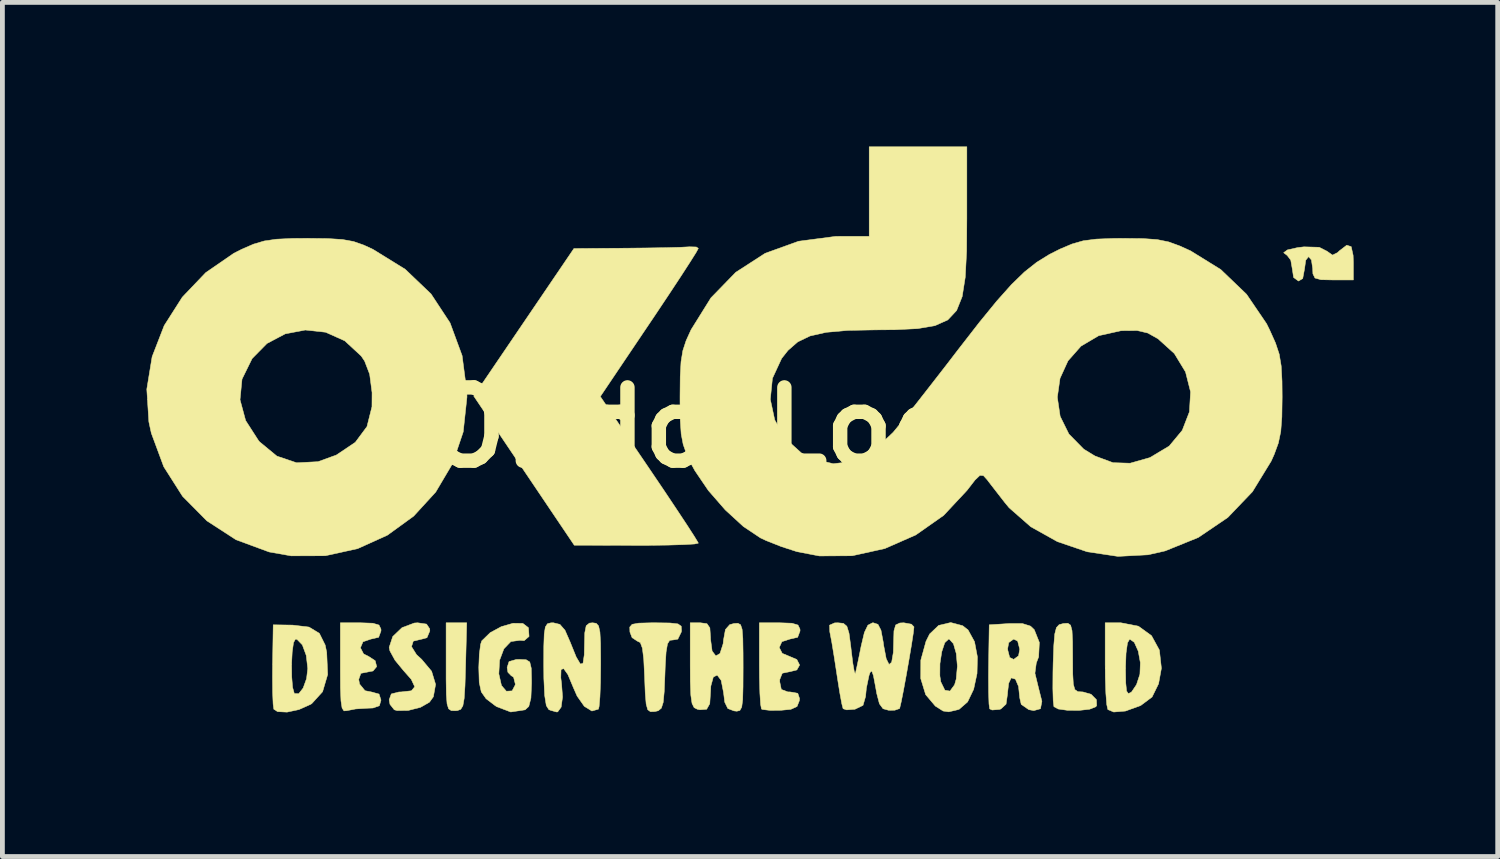
<source format=kicad_pcb>
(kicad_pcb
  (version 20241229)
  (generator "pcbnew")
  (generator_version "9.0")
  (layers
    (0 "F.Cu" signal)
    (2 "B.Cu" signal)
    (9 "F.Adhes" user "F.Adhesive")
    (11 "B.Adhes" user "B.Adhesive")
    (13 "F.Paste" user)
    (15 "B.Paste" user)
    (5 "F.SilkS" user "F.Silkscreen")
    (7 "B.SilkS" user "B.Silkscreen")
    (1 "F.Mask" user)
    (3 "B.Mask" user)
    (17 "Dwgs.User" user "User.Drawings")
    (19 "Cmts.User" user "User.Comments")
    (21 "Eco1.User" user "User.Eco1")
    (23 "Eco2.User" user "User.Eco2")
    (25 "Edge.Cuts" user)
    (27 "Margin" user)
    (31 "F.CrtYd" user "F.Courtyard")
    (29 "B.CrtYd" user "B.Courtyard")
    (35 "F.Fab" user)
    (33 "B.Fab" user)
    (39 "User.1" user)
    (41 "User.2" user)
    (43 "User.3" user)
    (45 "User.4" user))
  (footprint "OKdo_Logo"
    (layer "F.Cu")
    (at 12.076 5.847)
    (property "Reference" "OKdo_Logo" (at 0 0 0) (layer "F.SilkS") (effects (font (size 1.524 1.524) (thickness 0.3))))
    (attr through_hole)
    (fp_poly (pts (xy -5.437 4.974) (xy -5.449 5.376) (xy -5.466 5.638) (xy -5.493 5.791) (xy -5.538 5.865) (xy -5.608 5.891) (xy -5.652 5.894) (xy -5.735 5.891) (xy -5.79 5.854) (xy -5.822 5.752) (xy -5.837 5.557) (xy -5.842 5.239) (xy -5.842 4.984) (xy -5.842 4.064) (xy -5.413 4.064) (xy -5.437 4.974)) (stroke (width 0.01) (type solid)) (fill yes) (layer "F.SilkS"))
    (fp_poly (pts (xy 7.154 4.113) (xy 7.184 4.228) (xy 7.195 4.45) (xy 7.197 4.778) (xy 7.199 5.128) (xy 7.211 5.342) (xy 7.243 5.454) (xy 7.305 5.497) (xy 7.407 5.503) (xy 7.411 5.503) (xy 7.581 5.552) (xy 7.692 5.664) (xy 7.697 5.787) (xy 7.677 5.813) (xy 7.549 5.863) (xy 7.333 5.887) (xy 7.094 5.886) (xy 6.897 5.858) (xy 6.807 5.809) (xy 6.792 5.681) (xy 6.785 5.429) (xy 6.787 5.094) (xy 6.791 4.904) (xy 6.805 4.532) (xy 6.825 4.296) (xy 6.859 4.164) (xy 6.916 4.103) (xy 7.005 4.079) (xy 7.006 4.079) (xy 7.098 4.074) (xy 7.154 4.113)) (stroke (width 0.01) (type solid)) (fill yes) (layer "F.SilkS"))
    (fp_poly (pts (xy 12.994 -3.764) (xy 13.034 -3.582) (xy 13.039 -3.44) (xy 13.039 -3.071) (xy 12.615 -3.071) (xy 12.365 -3.076) (xy 12.24 -3.111) (xy 12.197 -3.198) (xy 12.192 -3.313) (xy 12.166 -3.487) (xy 12.107 -3.556) (xy 12.048 -3.482) (xy 12.023 -3.305) (xy 12.023 -3.302) (xy 11.985 -3.1) (xy 11.896 -3.048) (xy 11.795 -3.123) (xy 11.769 -3.295) (xy 11.736 -3.484) (xy 11.663 -3.58) (xy 11.588 -3.638) (xy 11.666 -3.696) (xy 11.878 -3.744) (xy 12.011 -3.76) (xy 12.328 -3.751) (xy 12.49 -3.669) (xy 12.604 -3.588) (xy 12.71 -3.64) (xy 12.748 -3.677) (xy 12.901 -3.794) (xy 12.994 -3.764)) (stroke (width 0.01) (type solid)) (fill yes) (layer "F.SilkS"))
    (fp_poly (pts (xy -0.635 -3.757) (xy -0.593 -3.728) (xy -0.638 -3.645) (xy -0.765 -3.443) (xy -0.959 -3.143) (xy -1.207 -2.767) (xy -1.495 -2.335) (xy -1.613 -2.16) (xy -2.633 -0.645) (xy -1.613 0.857) (xy -1.312 1.302) (xy -1.047 1.699) (xy -0.83 2.027) (xy -0.676 2.266) (xy -0.599 2.393) (xy -0.593 2.407) (xy -0.672 2.424) (xy -0.893 2.437) (xy -1.224 2.447) (xy -1.638 2.452) (xy -1.884 2.452) (xy -3.175 2.449) (xy -4.221 0.897) (xy -5.267 -0.655) (xy -3.182 -3.725) (xy -2.078 -3.732) (xy -1.646 -3.737) (xy -1.262 -3.743) (xy -0.965 -3.751) (xy -0.793 -3.76) (xy -0.783 -3.761) (xy -0.635 -3.757)) (stroke (width 0.01) (type solid)) (fill yes) (layer "F.SilkS"))
    (fp_poly (pts (xy -6.249 4.091) (xy -6.183 4.19) (xy -6.181 4.233) (xy -6.241 4.375) (xy -6.345 4.403) (xy -6.525 4.445) (xy -6.562 4.56) (xy -6.457 4.728) (xy -6.349 4.827) (xy -6.144 5.072) (xy -6.061 5.346) (xy -6.107 5.603) (xy -6.189 5.717) (xy -6.375 5.823) (xy -6.63 5.888) (xy -6.862 5.891) (xy -6.921 5.874) (xy -7.01 5.761) (xy -7.027 5.666) (xy -6.983 5.545) (xy -6.824 5.504) (xy -6.778 5.503) (xy -6.564 5.479) (xy -6.495 5.395) (xy -6.567 5.241) (xy -6.733 5.053) (xy -6.906 4.842) (xy -7.012 4.648) (xy -7.027 4.576) (xy -6.952 4.349) (xy -6.759 4.165) (xy -6.504 4.069) (xy -6.435 4.064) (xy -6.249 4.091)) (stroke (width 0.01) (type solid)) (fill yes) (layer "F.SilkS"))
    (fp_poly (pts (xy -1.183 4.068) (xy -1.017 4.087) (xy -0.949 4.135) (xy -0.943 4.225) (xy -0.947 4.255) (xy -1.02 4.404) (xy -1.118 4.421) (xy -1.189 4.429) (xy -1.235 4.503) (xy -1.264 4.672) (xy -1.282 4.968) (xy -1.288 5.141) (xy -1.303 5.498) (xy -1.324 5.72) (xy -1.363 5.841) (xy -1.427 5.894) (xy -1.499 5.911) (xy -1.589 5.914) (xy -1.646 5.873) (xy -1.679 5.754) (xy -1.698 5.527) (xy -1.711 5.191) (xy -1.729 4.821) (xy -1.757 4.593) (xy -1.8 4.476) (xy -1.863 4.445) (xy -1.972 4.373) (xy -2.017 4.255) (xy -2.02 4.153) (xy -1.971 4.096) (xy -1.832 4.071) (xy -1.569 4.064) (xy -1.482 4.064) (xy -1.183 4.068)) (stroke (width 0.01) (type solid)) (fill yes) (layer "F.SilkS"))
    (fp_poly (pts (xy -7.366 4.073) (xy -7.239 4.111) (xy -7.198 4.194) (xy -7.197 4.233) (xy -7.246 4.366) (xy -7.408 4.403) (xy -7.572 4.459) (xy -7.625 4.584) (xy -7.559 4.712) (xy -7.451 4.766) (xy -7.318 4.853) (xy -7.287 4.976) (xy -7.363 5.067) (xy -7.437 5.08) (xy -7.616 5.116) (xy -7.661 5.243) (xy -7.643 5.339) (xy -7.53 5.477) (xy -7.398 5.503) (xy -7.238 5.547) (xy -7.197 5.673) (xy -7.231 5.79) (xy -7.363 5.837) (xy -7.486 5.842) (xy -7.726 5.857) (xy -7.905 5.892) (xy -7.909 5.893) (xy -7.968 5.897) (xy -8.007 5.838) (xy -8.03 5.688) (xy -8.041 5.423) (xy -8.043 5.015) (xy -8.043 4.064) (xy -7.62 4.064) (xy -7.366 4.073)) (stroke (width 0.01) (type solid)) (fill yes) (layer "F.SilkS"))
    (fp_poly (pts (xy 8.566 4.135) (xy 8.838 4.332) (xy 9.002 4.632) (xy 9.044 5.01) (xy 8.985 5.333) (xy 8.85 5.608) (xy 8.615 5.784) (xy 8.601 5.79) (xy 8.295 5.901) (xy 8.052 5.921) (xy 7.93 5.87) (xy 7.907 5.767) (xy 7.888 5.532) (xy 7.877 5.206) (xy 7.875 5.006) (xy 8.297 5.006) (xy 8.302 5.316) (xy 8.319 5.484) (xy 8.357 5.538) (xy 8.421 5.506) (xy 8.422 5.505) (xy 8.526 5.351) (xy 8.597 5.134) (xy 8.606 4.894) (xy 8.562 4.654) (xy 8.48 4.471) (xy 8.384 4.403) (xy 8.338 4.482) (xy 8.308 4.698) (xy 8.297 5.006) (xy 7.875 5.006) (xy 7.874 4.939) (xy 7.874 4.064) (xy 8.201 4.064) (xy 8.566 4.135)) (stroke (width 0.01) (type solid)) (fill yes) (layer "F.SilkS"))
    (fp_poly (pts (xy 1.355 4.073) (xy 1.481 4.111) (xy 1.522 4.194) (xy 1.524 4.233) (xy 1.474 4.366) (xy 1.312 4.403) (xy 1.146 4.457) (xy 1.091 4.578) (xy 1.153 4.7) (xy 1.29 4.757) (xy 1.457 4.828) (xy 1.515 4.943) (xy 1.457 5.045) (xy 1.319 5.08) (xy 1.154 5.113) (xy 1.102 5.243) (xy 1.101 5.292) (xy 1.134 5.451) (xy 1.269 5.502) (xy 1.318 5.503) (xy 1.477 5.531) (xy 1.514 5.642) (xy 1.509 5.686) (xy 1.461 5.806) (xy 1.332 5.865) (xy 1.124 5.885) (xy 0.893 5.886) (xy 0.743 5.868) (xy 0.721 5.858) (xy 0.703 5.76) (xy 0.688 5.53) (xy 0.679 5.207) (xy 0.677 4.939) (xy 0.677 4.064) (xy 1.101 4.064) (xy 1.355 4.073)) (stroke (width 0.01) (type solid)) (fill yes) (layer "F.SilkS"))
    (fp_poly (pts (xy -9.036 4.112) (xy -8.695 4.153) (xy -8.48 4.283) (xy -8.359 4.526) (xy -8.327 4.679) (xy -8.307 5.14) (xy -8.413 5.499) (xy -8.639 5.747) (xy -8.662 5.761) (xy -8.903 5.869) (xy -9.152 5.923) (xy -9.349 5.913) (xy -9.427 5.863) (xy -9.442 5.756) (xy -9.452 5.52) (xy -9.455 5.193) (xy -9.453 4.953) (xy -9.453 4.924) (xy -9.058 4.924) (xy -9.055 5.188) (xy -9.037 5.408) (xy -9.002 5.532) (xy -8.998 5.536) (xy -8.909 5.54) (xy -8.817 5.422) (xy -8.746 5.226) (xy -8.721 5.016) (xy -8.753 4.742) (xy -8.834 4.523) (xy -8.945 4.409) (xy -8.978 4.403) (xy -9.018 4.478) (xy -9.045 4.67) (xy -9.058 4.924) (xy -9.453 4.924) (xy -9.44 4.106) (xy -9.036 4.112)) (stroke (width 0.01) (type solid)) (fill yes) (layer "F.SilkS"))
    (fp_poly (pts (xy 4.909 4.125) (xy 5.021 4.214) (xy 5.155 4.458) (xy 5.215 4.775) (xy 5.207 5.12) (xy 5.137 5.447) (xy 5.011 5.71) (xy 4.836 5.863) (xy 4.801 5.874) (xy 4.618 5.917) (xy 4.501 5.9) (xy 4.355 5.807) (xy 4.339 5.797) (xy 4.138 5.559) (xy 4.036 5.226) (xy 4.036 5.166) (xy 4.433 5.166) (xy 4.453 5.293) (xy 4.538 5.467) (xy 4.644 5.485) (xy 4.74 5.354) (xy 4.774 5.234) (xy 4.798 4.966) (xy 4.775 4.704) (xy 4.716 4.499) (xy 4.629 4.404) (xy 4.616 4.403) (xy 4.536 4.478) (xy 4.473 4.667) (xy 4.435 4.915) (xy 4.433 5.166) (xy 4.036 5.166) (xy 4.037 4.842) (xy 4.145 4.45) (xy 4.221 4.297) (xy 4.409 4.118) (xy 4.66 4.059) (xy 4.909 4.125)) (stroke (width 0.01) (type solid)) (fill yes) (layer "F.SilkS"))
    (fp_poly (pts (xy -4.245 4.077) (xy -4.13 4.165) (xy -4.128 4.17) (xy -4.116 4.348) (xy -4.218 4.435) (xy -4.309 4.429) (xy -4.495 4.454) (xy -4.64 4.606) (xy -4.729 4.843) (xy -4.745 5.126) (xy -4.69 5.369) (xy -4.588 5.488) (xy -4.469 5.481) (xy -4.404 5.358) (xy -4.403 5.334) (xy -4.438 5.196) (xy -4.487 5.165) (xy -4.556 5.094) (xy -4.572 4.995) (xy -4.532 4.871) (xy -4.384 4.828) (xy -4.318 4.826) (xy -4.176 4.833) (xy -4.101 4.88) (xy -4.07 5.009) (xy -4.064 5.258) (xy -4.064 5.325) (xy -4.077 5.631) (xy -4.121 5.804) (xy -4.198 5.875) (xy -4.497 5.92) (xy -4.79 5.809) (xy -4.828 5.783) (xy -5.01 5.644) (xy -5.11 5.502) (xy -5.153 5.303) (xy -5.162 4.995) (xy -5.151 4.72) (xy -5.124 4.512) (xy -5.1 4.44) (xy -4.924 4.269) (xy -4.691 4.143) (xy -4.449 4.074) (xy -4.245 4.077)) (stroke (width 0.01) (type solid)) (fill yes) (layer "F.SilkS"))
    (fp_poly (pts (xy -0.414 4.082) (xy -0.353 4.17) (xy -0.339 4.373) (xy -0.339 4.403) (xy -0.306 4.652) (xy -0.229 4.753) (xy -0.142 4.703) (xy -0.077 4.501) (xy -0.069 4.424) (xy -0.029 4.204) (xy 0.06 4.103) (xy 0.148 4.079) (xy 0.231 4.074) (xy 0.286 4.104) (xy 0.318 4.199) (xy 0.333 4.387) (xy 0.338 4.696) (xy 0.339 4.989) (xy 0.337 5.397) (xy 0.33 5.664) (xy 0.31 5.818) (xy 0.271 5.889) (xy 0.208 5.904) (xy 0.148 5.897) (xy 0.021 5.848) (xy -0.043 5.717) (xy -0.068 5.517) (xy -0.118 5.262) (xy -0.2 5.153) (xy -0.281 5.192) (xy -0.333 5.381) (xy -0.339 5.498) (xy -0.355 5.748) (xy -0.42 5.863) (xy -0.559 5.874) (xy -0.614 5.863) (xy -0.681 5.829) (xy -0.724 5.742) (xy -0.749 5.571) (xy -0.76 5.287) (xy -0.762 4.947) (xy -0.762 4.064) (xy -0.55 4.064) (xy -0.414 4.082)) (stroke (width 0.01) (type solid)) (fill yes) (layer "F.SilkS"))
    (fp_poly (pts (xy 6.32 4.133) (xy 6.398 4.207) (xy 6.504 4.473) (xy 6.489 4.774) (xy 6.44 4.902) (xy 6.412 5.114) (xy 6.486 5.417) (xy 6.557 5.699) (xy 6.527 5.853) (xy 6.389 5.891) (xy 6.285 5.872) (xy 6.127 5.762) (xy 6.096 5.627) (xy 6.071 5.39) (xy 6.006 5.237) (xy 5.921 5.211) (xy 5.918 5.212) (xy 5.866 5.321) (xy 5.842 5.523) (xy 5.842 5.541) (xy 5.811 5.757) (xy 5.703 5.857) (xy 5.673 5.867) (xy 5.521 5.879) (xy 5.47 5.855) (xy 5.456 5.752) (xy 5.448 5.518) (xy 5.446 5.194) (xy 5.448 4.953) (xy 5.453 4.614) (xy 5.842 4.614) (xy 5.886 4.785) (xy 5.969 4.826) (xy 6.071 4.752) (xy 6.096 4.614) (xy 6.052 4.444) (xy 5.969 4.403) (xy 5.867 4.476) (xy 5.842 4.614) (xy 5.453 4.614) (xy 5.461 4.106) (xy 5.871 4.08) (xy 6.152 4.08) (xy 6.32 4.133)) (stroke (width 0.01) (type solid)) (fill yes) (layer "F.SilkS"))
    (fp_poly (pts (xy -2.718 4.075) (xy -2.669 4.129) (xy -2.641 4.256) (xy -2.628 4.486) (xy -2.625 4.849) (xy -2.625 4.939) (xy -2.629 5.307) (xy -2.641 5.608) (xy -2.658 5.805) (xy -2.672 5.861) (xy -2.808 5.9) (xy -2.966 5.802) (xy -3.116 5.589) (xy -3.195 5.409) (xy -3.307 5.142) (xy -3.396 5.017) (xy -3.45 5.037) (xy -3.455 5.207) (xy -3.44 5.327) (xy -3.419 5.608) (xy -3.448 5.819) (xy -3.52 5.918) (xy -3.544 5.92) (xy -3.665 5.886) (xy -3.704 5.871) (xy -3.757 5.787) (xy -3.791 5.575) (xy -3.808 5.219) (xy -3.81 4.946) (xy -3.809 4.552) (xy -3.8 4.298) (xy -3.777 4.152) (xy -3.733 4.084) (xy -3.661 4.065) (xy -3.61 4.064) (xy -3.474 4.097) (xy -3.368 4.219) (xy -3.26 4.466) (xy -3.135 4.775) (xy -3.048 4.922) (xy -2.993 4.907) (xy -2.967 4.733) (xy -2.963 4.547) (xy -2.956 4.272) (xy -2.927 4.126) (xy -2.86 4.071) (xy -2.794 4.064) (xy -2.718 4.075)) (stroke (width 0.01) (type solid)) (fill yes) (layer "F.SilkS"))
    (fp_poly (pts (xy -8.301 -3.932) (xy -8.001 -3.913) (xy -7.769 -3.871) (xy -7.557 -3.797) (xy -7.363 -3.707) (xy -6.693 -3.293) (xy -6.156 -2.78) (xy -5.76 -2.178) (xy -5.509 -1.496) (xy -5.41 -0.742) (xy -5.408 -0.633) (xy -5.486 0.091) (xy -5.71 0.755) (xy -6.059 1.344) (xy -6.517 1.844) (xy -7.064 2.241) (xy -7.684 2.521) (xy -8.357 2.669) (xy -9.065 2.671) (xy -9.525 2.59) (xy -10.214 2.336) (xy -10.82 1.943) (xy -11.327 1.431) (xy -11.718 0.816) (xy -11.977 0.117) (xy -12.028 -0.118) (xy -12.057 -0.578) (xy -10.131 -0.578) (xy -10.014 -0.145) (xy -9.745 0.273) (xy -9.724 0.298) (xy -9.364 0.595) (xy -8.953 0.734) (xy -8.507 0.711) (xy -8.125 0.572) (xy -7.732 0.308) (xy -7.489 -0.019) (xy -7.385 -0.432) (xy -7.383 -0.726) (xy -7.433 -1.109) (xy -7.538 -1.383) (xy -7.609 -1.488) (xy -7.951 -1.804) (xy -8.35 -1.983) (xy -8.774 -2.029) (xy -9.191 -1.949) (xy -9.57 -1.749) (xy -9.879 -1.435) (xy -10.086 -1.014) (xy -10.09 -1.002) (xy -10.131 -0.578) (xy -12.057 -0.578) (xy -12.071 -0.797) (xy -11.96 -1.474) (xy -11.709 -2.121) (xy -11.332 -2.713) (xy -10.845 -3.223) (xy -10.26 -3.626) (xy -10.094 -3.71) (xy -9.85 -3.816) (xy -9.627 -3.882) (xy -9.375 -3.919) (xy -9.043 -3.935) (xy -8.721 -3.937) (xy -8.301 -3.932)) (stroke (width 0.01) (type solid)) (fill yes) (layer "F.SilkS"))
    (fp_poly (pts (xy 3.842 4.093) (xy 3.895 4.149) (xy 3.881 4.276) (xy 3.844 4.517) (xy 3.792 4.826) (xy 3.734 5.157) (xy 3.677 5.467) (xy 3.629 5.709) (xy 3.598 5.84) (xy 3.594 5.849) (xy 3.496 5.883) (xy 3.369 5.885) (xy 3.251 5.852) (xy 3.176 5.75) (xy 3.12 5.536) (xy 3.098 5.412) (xy 3.051 5.163) (xy 3.016 5.065) (xy 2.981 5.098) (xy 2.958 5.165) (xy 2.904 5.425) (xy 2.887 5.599) (xy 2.834 5.782) (xy 2.667 5.863) (xy 2.665 5.863) (xy 2.494 5.876) (xy 2.42 5.852) (xy 2.393 5.749) (xy 2.351 5.522) (xy 2.302 5.215) (xy 2.288 5.122) (xy 2.235 4.777) (xy 2.186 4.477) (xy 2.148 4.277) (xy 2.143 4.255) (xy 2.138 4.113) (xy 2.244 4.066) (xy 2.312 4.064) (xy 2.427 4.076) (xy 2.498 4.136) (xy 2.543 4.281) (xy 2.579 4.549) (xy 2.589 4.636) (xy 2.622 4.906) (xy 2.653 5.081) (xy 2.674 5.125) (xy 2.675 5.122) (xy 2.703 4.998) (xy 2.752 4.765) (xy 2.795 4.551) (xy 2.863 4.265) (xy 2.936 4.114) (xy 3.03 4.065) (xy 3.048 4.064) (xy 3.145 4.096) (xy 3.208 4.218) (xy 3.255 4.466) (xy 3.263 4.529) (xy 3.317 4.812) (xy 3.376 4.931) (xy 3.43 4.886) (xy 3.465 4.682) (xy 3.471 4.482) (xy 3.478 4.233) (xy 3.514 4.109) (xy 3.601 4.068) (xy 3.683 4.064) (xy 3.842 4.093)) (stroke (width 0.01) (type solid)) (fill yes) (layer "F.SilkS"))
    (fp_poly (pts (xy 4.995 -4.352) (xy 4.99 -3.665) (xy 4.962 -3.129) (xy 4.898 -2.725) (xy 4.782 -2.435) (xy 4.598 -2.239) (xy 4.332 -2.12) (xy 3.969 -2.058) (xy 3.493 -2.035) (xy 3.1 -2.032) (xy 2.515 -2.021) (xy 2.068 -1.981) (xy 1.731 -1.905) (xy 1.476 -1.782) (xy 1.273 -1.605) (xy 1.14 -1.436) (xy 0.949 -1.023) (xy 0.905 -0.585) (xy 0.997 -0.157) (xy 1.216 0.226) (xy 1.55 0.528) (xy 1.767 0.642) (xy 2.214 0.754) (xy 2.641 0.703) (xy 3.054 0.486) (xy 3.459 0.103) (xy 3.49 0.066) (xy 3.667 -0.15) (xy 3.92 -0.468) (xy 4.046 -0.629) (xy 6.878 -0.629) (xy 6.937 -0.233) (xy 7.119 0.136) (xy 7.428 0.45) (xy 7.662 0.593) (xy 8.037 0.732) (xy 8.393 0.743) (xy 8.795 0.629) (xy 8.812 0.622) (xy 9.206 0.386) (xy 9.478 0.059) (xy 9.627 -0.326) (xy 9.651 -0.742) (xy 9.546 -1.157) (xy 9.313 -1.54) (xy 8.973 -1.847) (xy 8.759 -1.967) (xy 8.541 -2.018) (xy 8.241 -2.016) (xy 8.2 -2.014) (xy 7.739 -1.911) (xy 7.37 -1.693) (xy 7.1 -1.387) (xy 6.934 -1.023) (xy 6.878 -0.629) (xy 4.046 -0.629) (xy 4.224 -0.857) (xy 4.556 -1.284) (xy 4.82 -1.628) (xy 5.257 -2.19) (xy 5.618 -2.632) (xy 5.924 -2.975) (xy 6.194 -3.237) (xy 6.449 -3.439) (xy 6.709 -3.6) (xy 6.933 -3.713) (xy 7.183 -3.819) (xy 7.417 -3.886) (xy 7.686 -3.921) (xy 8.046 -3.935) (xy 8.255 -3.936) (xy 8.663 -3.932) (xy 8.957 -3.911) (xy 9.194 -3.863) (xy 9.43 -3.777) (xy 9.652 -3.676) (xy 10.279 -3.288) (xy 10.816 -2.773) (xy 11.232 -2.161) (xy 11.296 -2.032) (xy 11.419 -1.758) (xy 11.496 -1.526) (xy 11.537 -1.28) (xy 11.554 -0.965) (xy 11.557 -0.635) (xy 11.551 -0.219) (xy 11.528 0.083) (xy 11.478 0.323) (xy 11.392 0.558) (xy 11.329 0.699) (xy 10.939 1.336) (xy 10.426 1.872) (xy 9.813 2.288) (xy 9.122 2.568) (xy 8.765 2.649) (xy 8.141 2.682) (xy 7.5 2.586) (xy 6.88 2.375) (xy 6.325 2.065) (xy 5.875 1.67) (xy 5.788 1.565) (xy 5.61 1.336) (xy 5.455 1.136) (xy 5.418 1.087) (xy 5.34 1.001) (xy 5.267 0.996) (xy 5.166 1.092) (xy 5 1.306) (xy 4.998 1.309) (xy 4.512 1.829) (xy 3.932 2.236) (xy 3.288 2.519) (xy 2.609 2.669) (xy 1.926 2.673) (xy 1.461 2.584) (xy 1.134 2.478) (xy 0.816 2.352) (xy 0.699 2.297) (xy 0.343 2.059) (xy -0.033 1.714) (xy -0.385 1.31) (xy -0.666 0.896) (xy -0.726 0.786) (xy -0.836 0.555) (xy -0.908 0.353) (xy -0.95 0.133) (xy -0.969 -0.151) (xy -0.974 -0.549) (xy -0.974 -0.635) (xy -0.97 -1.063) (xy -0.953 -1.369) (xy -0.915 -1.601) (xy -0.848 -1.806) (xy -0.745 -2.033) (xy -0.744 -2.035) (xy -0.331 -2.698) (xy 0.186 -3.23) (xy 0.797 -3.625) (xy 1.492 -3.876) (xy 2.261 -3.977) (xy 2.386 -3.979) (xy 2.963 -3.979) (xy 2.963 -5.842) (xy 4.995 -5.842) (xy 4.995 -4.352)) (stroke (width 0.01) (type solid)) (fill yes) (layer "F.SilkS")))
  (gr_rect
    (start -3 -3)
    (end 28.119 14.775)
    (stroke (width 0.1) (type default))
    (fill no)
    (layer "Edge.Cuts")))
</source>
